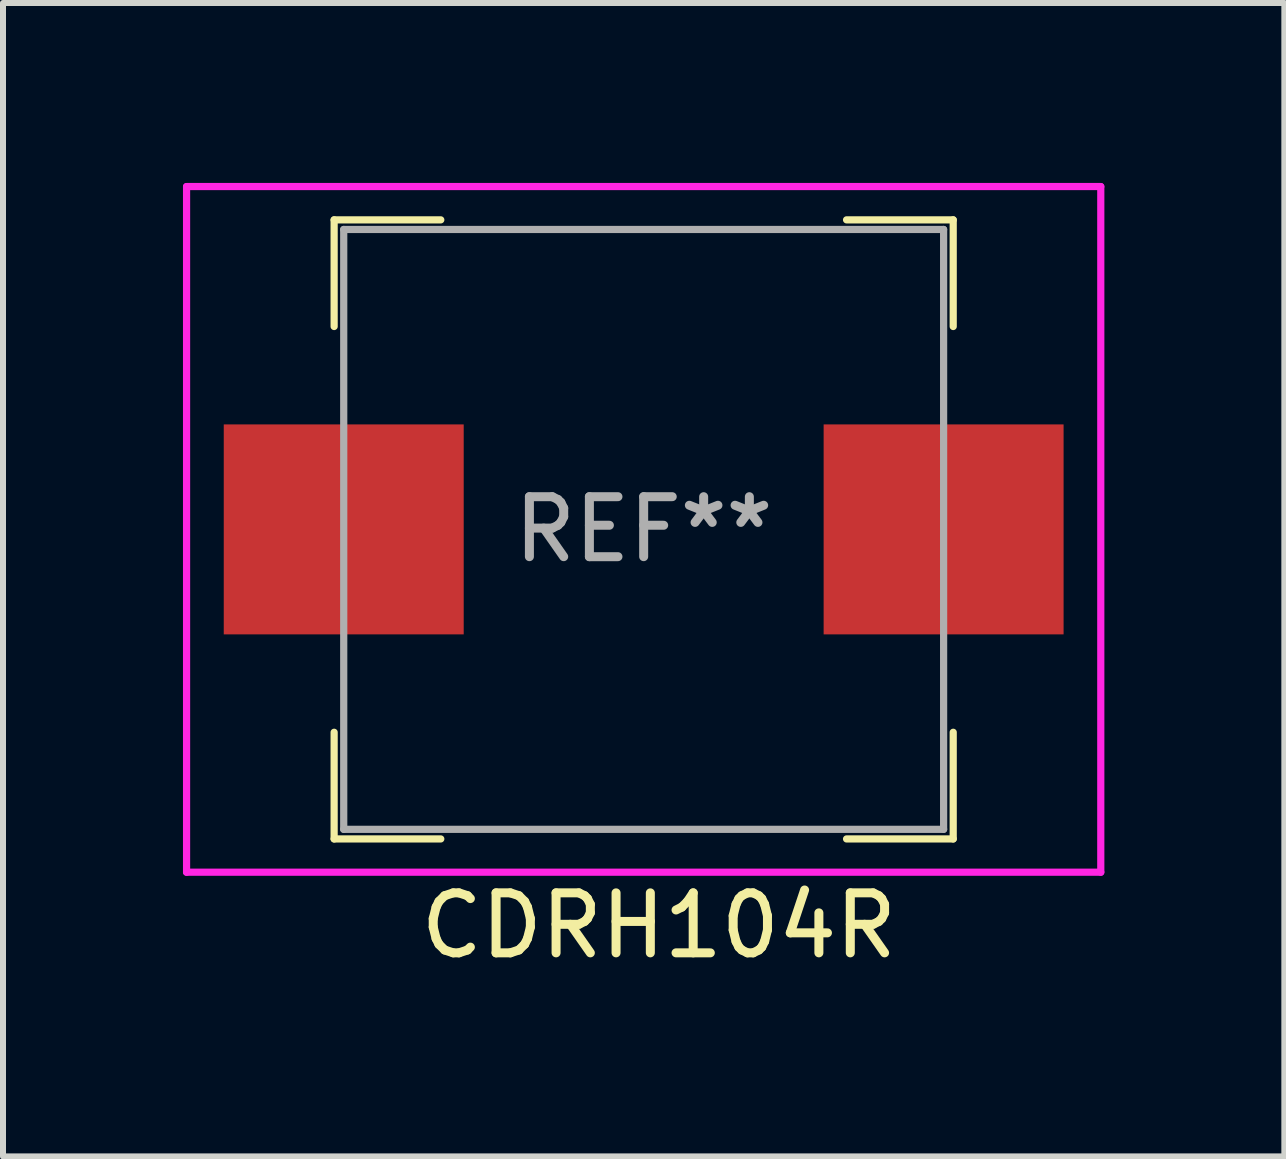
<source format=kicad_pcb>
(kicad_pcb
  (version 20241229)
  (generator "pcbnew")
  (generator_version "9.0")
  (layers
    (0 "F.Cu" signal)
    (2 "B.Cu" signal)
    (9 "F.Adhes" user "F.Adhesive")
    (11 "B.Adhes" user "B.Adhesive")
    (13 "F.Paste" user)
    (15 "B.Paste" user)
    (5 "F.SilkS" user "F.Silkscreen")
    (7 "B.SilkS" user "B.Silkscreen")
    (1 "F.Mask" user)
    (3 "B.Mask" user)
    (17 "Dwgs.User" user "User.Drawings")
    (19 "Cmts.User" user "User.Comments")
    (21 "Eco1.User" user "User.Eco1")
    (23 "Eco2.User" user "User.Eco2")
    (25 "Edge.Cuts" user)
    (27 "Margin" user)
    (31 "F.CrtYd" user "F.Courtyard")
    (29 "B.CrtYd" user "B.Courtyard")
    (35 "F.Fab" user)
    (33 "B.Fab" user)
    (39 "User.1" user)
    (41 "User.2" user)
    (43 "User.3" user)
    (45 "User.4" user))
  (footprint "CDRH104R"
    (layer "F.Cu")
    (at 7.68 5.775)
    (property "Reference" "CDRH104R" (at 0.254 6.604 0) (layer "F.SilkS") (effects (font (size 1 1) (thickness 0.15))))
    (attr smd)
    (fp_line (start -5.16 -5.16) (end -5.16 -3.382) (stroke (width 0.12) (type solid)) (layer "F.SilkS"))
    (fp_line (start -5.16 -5.16) (end -3.382 -5.16) (stroke (width 0.12) (type solid)) (layer "F.SilkS"))
    (fp_line (start -5.16 5.16) (end -5.16 3.382) (stroke (width 0.12) (type solid)) (layer "F.SilkS"))
    (fp_line (start -5.16 5.16) (end -3.382 5.16) (stroke (width 0.12) (type solid)) (layer "F.SilkS"))
    (fp_line (start 5.16 -5.16) (end 3.382 -5.16) (stroke (width 0.12) (type solid)) (layer "F.SilkS"))
    (fp_line (start 5.16 -5.16) (end 5.16 -3.382) (stroke (width 0.12) (type solid)) (layer "F.SilkS"))
    (fp_line (start 5.16 5.16) (end 3.382 5.16) (stroke (width 0.12) (type solid)) (layer "F.SilkS"))
    (fp_line (start 5.16 5.16) (end 5.16 3.382) (stroke (width 0.12) (type solid)) (layer "F.SilkS"))
    (fp_line (start -7.62 -5.715) (end -7.62 5.715) (stroke (width 0.12) (type solid)) (layer "F.CrtYd"))
    (fp_line (start -7.62 5.715) (end 7.62 5.715) (stroke (width 0.12) (type solid)) (layer "F.CrtYd"))
    (fp_line (start 7.62 -5.715) (end -7.62 -5.715) (stroke (width 0.12) (type solid)) (layer "F.CrtYd"))
    (fp_line (start 7.62 5.715) (end 7.62 -5.715) (stroke (width 0.12) (type solid)) (layer "F.CrtYd"))
    (fp_line (start -5 -5) (end 5 -5) (stroke (width 0.12) (type solid)) (layer "F.Fab"))
    (fp_line (start -5 5) (end -5 -5) (stroke (width 0.12) (type solid)) (layer "F.Fab"))
    (fp_line (start -5 5) (end 5 5) (stroke (width 0.12) (type solid)) (layer "F.Fab"))
    (fp_line (start 5 -5) (end 5 5) (stroke (width 0.12) (type solid)) (layer "F.Fab"))
    (fp_text user "REF**" (at 0 0 0) (layer "F.Fab") (effects (font (size 1 1) (thickness 0.15))))
    (pad "1" smd rect (at -5 0) (size 4 3.5) (layers "F.Cu" "F.Mask" "F.Paste"))
    (pad "2" smd rect (at 5 0) (size 4 3.5) (layers "F.Cu" "F.Mask" "F.Paste")))
  (gr_rect
    (start -3 -3)
    (end 18.36 16.227)
    (stroke (width 0.1) (type default))
    (fill no)
    (layer "Edge.Cuts")))
</source>
